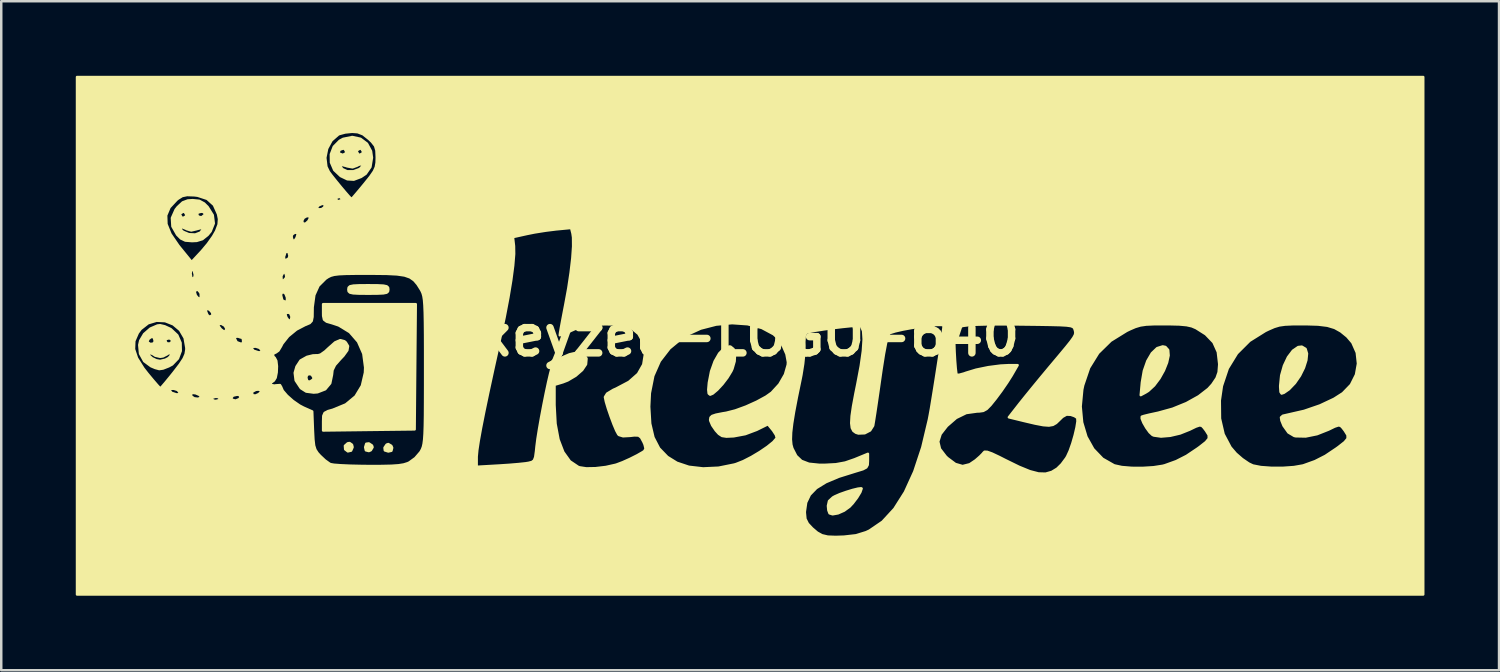
<source format=kicad_pcb>
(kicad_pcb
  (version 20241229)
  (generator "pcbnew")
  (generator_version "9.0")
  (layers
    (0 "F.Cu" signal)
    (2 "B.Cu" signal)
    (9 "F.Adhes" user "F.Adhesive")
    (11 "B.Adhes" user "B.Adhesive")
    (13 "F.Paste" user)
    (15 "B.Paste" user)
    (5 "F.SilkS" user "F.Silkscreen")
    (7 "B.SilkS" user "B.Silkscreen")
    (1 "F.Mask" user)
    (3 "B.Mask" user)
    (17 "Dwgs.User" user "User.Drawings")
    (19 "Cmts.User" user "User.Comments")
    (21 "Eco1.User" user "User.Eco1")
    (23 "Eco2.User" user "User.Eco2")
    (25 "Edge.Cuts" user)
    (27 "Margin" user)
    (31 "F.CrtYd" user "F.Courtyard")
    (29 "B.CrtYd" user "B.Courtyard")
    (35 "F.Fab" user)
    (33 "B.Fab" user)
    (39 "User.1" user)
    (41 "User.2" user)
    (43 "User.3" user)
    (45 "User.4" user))
  (footprint "keyzee-LOGO-640"
    (layer "F.Cu")
    (at 27.143 10.464)
    (property "Reference" "keyzee-LOGO-640" (at 0 0 0) (layer "F.SilkS") (effects (font (size 1.524 1.524) (thickness 0.3))))
    (attr through_hole)
    (fp_poly (pts (xy -16.002 4.487) (xy -16.062 4.624) (xy -16.191 4.653) (xy -16.298 4.572) (xy -16.309 4.43) (xy -16.199 4.331) (xy -16.124 4.318) (xy -16.025 4.388) (xy -16.002 4.487)) (stroke (width 0.1) (type solid)) (fill yes) (layer "F.SilkS"))
    (fp_poly (pts (xy -15.198 4.487) (xy -15.268 4.607) (xy -15.346 4.641) (xy -15.466 4.611) (xy -15.494 4.487) (xy -15.451 4.348) (xy -15.346 4.334) (xy -15.22 4.418) (xy -15.198 4.487)) (stroke (width 0.1) (type solid)) (fill yes) (layer "F.SilkS"))
    (fp_poly (pts (xy -14.409 4.508) (xy -14.439 4.629) (xy -14.563 4.657) (xy -14.702 4.614) (xy -14.716 4.508) (xy -14.632 4.383) (xy -14.563 4.36) (xy -14.443 4.431) (xy -14.409 4.508)) (stroke (width 0.1) (type solid)) (fill yes) (layer "F.SilkS"))
    (fp_poly (pts (xy 16.843 0.794) (xy 16.781 1.079) (xy 16.654 1.397) (xy 16.476 1.715) (xy 16.262 2) (xy 16.025 2.219) (xy 15.922 2.283) (xy 15.723 2.39) (xy 15.77 1.874) (xy 15.849 1.414) (xy 15.988 1.016) (xy 16.171 0.703) (xy 16.383 0.5) (xy 16.607 0.43) (xy 16.716 0.452) (xy 16.826 0.574) (xy 16.843 0.794)) (stroke (width 0.1) (type solid)) (fill yes) (layer "F.SilkS"))
    (fp_poly (pts (xy 22.414 0.72) (xy 22.388 0.983) (xy 22.291 1.289) (xy 22.134 1.606) (xy 21.929 1.904) (xy 21.688 2.155) (xy 21.484 2.296) (xy 21.392 2.326) (xy 21.349 2.262) (xy 21.336 2.07) (xy 21.336 2.008) (xy 21.377 1.597) (xy 21.488 1.204) (xy 21.65 0.862) (xy 21.847 0.602) (xy 22.06 0.456) (xy 22.205 0.439) (xy 22.357 0.529) (xy 22.414 0.72)) (stroke (width 0.1) (type solid)) (fill yes) (layer "F.SilkS"))
    (fp_poly (pts (xy -0.609 0.75) (xy -0.624 1.028) (xy -0.711 1.33) (xy -0.754 1.424) (xy -0.912 1.684) (xy -1.113 1.947) (xy -1.323 2.174) (xy -1.505 2.327) (xy -1.609 2.371) (xy -1.668 2.325) (xy -1.684 2.171) (xy -1.66 1.891) (xy -1.571 1.432) (xy -1.428 1.031) (xy -1.246 0.713) (xy -1.042 0.505) (xy -0.831 0.433) (xy -0.789 0.438) (xy -0.665 0.538) (xy -0.609 0.75)) (stroke (width 0.1) (type solid)) (fill yes) (layer "F.SilkS"))
    (fp_poly (pts (xy 4.487 6.15) (xy 4.436 6.297) (xy 4.307 6.511) (xy 4.137 6.735) (xy 4.005 6.878) (xy 3.783 7.039) (xy 3.536 7.148) (xy 3.319 7.186) (xy 3.196 7.147) (xy 3.149 7.023) (xy 3.133 6.846) (xy 3.176 6.652) (xy 3.333 6.508) (xy 3.408 6.466) (xy 3.61 6.377) (xy 3.865 6.287) (xy 4.125 6.207) (xy 4.343 6.154) (xy 4.471 6.14) (xy 4.487 6.15)) (stroke (width 0.1) (type solid)) (fill yes) (layer "F.SilkS"))
    (fp_poly (pts (xy -14.563 -1.863) (xy -14.575 -1.784) (xy -14.632 -1.734) (xy -14.766 -1.707) (xy -15.008 -1.696) (xy -15.367 -1.693) (xy -15.741 -1.696) (xy -15.977 -1.708) (xy -16.106 -1.736) (xy -16.161 -1.787) (xy -16.171 -1.863) (xy -16.159 -1.941) (xy -16.102 -1.991) (xy -15.968 -2.018) (xy -15.726 -2.03) (xy -15.367 -2.032) (xy -14.993 -2.029) (xy -14.757 -2.017) (xy -14.628 -1.989) (xy -14.573 -1.938) (xy -14.563 -1.863)) (stroke (width 0.1) (type solid)) (fill yes) (layer "F.SilkS"))
    (fp_poly (pts (xy -13.459 -1.27) (xy -13.482 1.249) (xy -13.504 3.768) (xy -15.346 3.79) (xy -17.187 3.813) (xy -17.187 3.448) (xy -17.18 3.227) (xy -17.128 3.106) (xy -16.989 3.033) (xy -16.794 2.978) (xy -16.276 2.765) (xy -15.884 2.441) (xy -15.625 2.013) (xy -15.503 1.488) (xy -15.494 1.28) (xy -15.568 0.722) (xy -15.78 0.24) (xy -16.115 -0.146) (xy -16.559 -0.416) (xy -16.817 -0.502) (xy -17.045 -0.568) (xy -17.153 -0.65) (xy -17.185 -0.799) (xy -17.187 -0.933) (xy -17.187 -1.27) (xy -15.323 -1.27) (xy -13.459 -1.27)) (stroke (width 0.1) (type solid)) (fill yes) (layer "F.SilkS"))
    (fp_poly (pts (xy -16.184 0.418) (xy -16.213 0.586) (xy -16.37 0.804) (xy -16.502 0.943) (xy -16.711 1.18) (xy -16.81 1.384) (xy -16.832 1.575) (xy -16.902 1.914) (xy -17.102 2.153) (xy -17.414 2.274) (xy -17.568 2.286) (xy -17.568 1.693) (xy -17.639 1.574) (xy -17.716 1.54) (xy -17.837 1.57) (xy -17.865 1.693) (xy -17.822 1.832) (xy -17.716 1.847) (xy -17.591 1.763) (xy -17.568 1.693) (xy -17.568 2.286) (xy -17.867 2.247) (xy -18.075 2.116) (xy -18.094 2.095) (xy -18.291 1.798) (xy -18.329 1.494) (xy -18.258 1.243) (xy -18.096 0.996) (xy -17.837 0.851) (xy -17.827 0.848) (xy -17.598 0.792) (xy -17.426 0.785) (xy -17.406 0.79) (xy -17.289 0.758) (xy -17.107 0.63) (xy -16.969 0.501) (xy -16.706 0.268) (xy -16.5 0.178) (xy -16.33 0.223) (xy -16.273 0.271) (xy -16.184 0.418)) (stroke (width 0.1) (type solid)) (fill yes) (layer "F.SilkS"))
    (fp_poly (pts (xy -15.223 -7.167) (xy -15.284 -6.792) (xy -15.473 -6.52) (xy -15.579 -6.449) (xy -15.579 -7.408) (xy -15.646 -7.521) (xy -15.706 -7.535) (xy -15.818 -7.468) (xy -15.833 -7.408) (xy -15.765 -7.296) (xy -15.706 -7.281) (xy -15.593 -7.349) (xy -15.579 -7.408) (xy -15.579 -6.449) (xy -15.59 -6.441) (xy -15.59 -6.844) (xy -15.616 -6.908) (xy -15.747 -6.885) (xy -15.823 -6.845) (xy -16.003 -6.779) (xy -16.219 -6.818) (xy -16.254 -6.831) (xy -16.256 -6.832) (xy -16.256 -7.408) (xy -16.321 -7.521) (xy -16.378 -7.535) (xy -16.517 -7.488) (xy -16.564 -7.388) (xy -16.536 -7.335) (xy -16.401 -7.28) (xy -16.284 -7.331) (xy -16.256 -7.408) (xy -16.256 -6.832) (xy -16.448 -6.882) (xy -16.506 -6.843) (xy -16.422 -6.719) (xy -16.408 -6.706) (xy -16.218 -6.618) (xy -15.963 -6.62) (xy -15.724 -6.708) (xy -15.701 -6.724) (xy -15.59 -6.844) (xy -15.59 -6.441) (xy -15.662 -6.393) (xy -15.954 -6.283) (xy -16.211 -6.299) (xy -16.48 -6.428) (xy -16.739 -6.671) (xy -16.87 -6.976) (xy -16.875 -7.302) (xy -16.758 -7.607) (xy -16.521 -7.848) (xy -16.379 -7.924) (xy -16.014 -7.999) (xy -15.684 -7.927) (xy -15.422 -7.731) (xy -15.26 -7.43) (xy -15.223 -7.167)) (stroke (width 0.1) (type solid)) (fill yes) (layer "F.SilkS"))
    (fp_poly (pts (xy -21.589 -4.522) (xy -21.715 -4.205) (xy -21.837 -4.057) (xy -21.948 -3.969) (xy -21.948 -4.895) (xy -21.99 -4.975) (xy -22.091 -4.995) (xy -22.243 -4.954) (xy -22.252 -4.851) (xy -22.209 -4.796) (xy -22.083 -4.764) (xy -21.967 -4.853) (xy -21.948 -4.895) (xy -21.948 -3.969) (xy -22.019 -3.912) (xy -22.019 -4.296) (xy -22.066 -4.342) (xy -22.249 -4.299) (xy -22.269 -4.291) (xy -22.496 -4.238) (xy -22.676 -4.29) (xy -22.691 -4.299) (xy -22.691 -4.868) (xy -22.758 -4.981) (xy -22.818 -4.995) (xy -22.93 -4.928) (xy -22.945 -4.868) (xy -22.877 -4.756) (xy -22.818 -4.741) (xy -22.705 -4.809) (xy -22.691 -4.868) (xy -22.691 -4.299) (xy -22.701 -4.305) (xy -22.866 -4.371) (xy -22.938 -4.338) (xy -22.885 -4.237) (xy -22.823 -4.184) (xy -22.591 -4.086) (xy -22.334 -4.074) (xy -22.132 -4.151) (xy -22.115 -4.166) (xy -22.019 -4.296) (xy -22.019 -3.912) (xy -22.047 -3.889) (xy -22.276 -3.819) (xy -22.465 -3.81) (xy -22.732 -3.831) (xy -22.914 -3.918) (xy -23.064 -4.07) (xy -23.252 -4.402) (xy -23.272 -4.74) (xy -23.124 -5.074) (xy -23.038 -5.183) (xy -22.838 -5.368) (xy -22.632 -5.445) (xy -22.437 -5.457) (xy -22.173 -5.431) (xy -21.978 -5.325) (xy -21.835 -5.183) (xy -21.63 -4.854) (xy -21.589 -4.522)) (stroke (width 0.1) (type solid)) (fill yes) (layer "F.SilkS"))
    (fp_poly (pts (xy -22.918 0.61) (xy -23.031 0.914) (xy -23.258 1.149) (xy -23.258 0.213) (xy -23.312 0.129) (xy -23.389 0.101) (xy -23.515 0.134) (xy -23.537 0.212) (xy -23.479 0.307) (xy -23.359 0.316) (xy -23.266 0.239) (xy -23.258 0.213) (xy -23.258 1.149) (xy -23.263 1.155) (xy -23.304 1.177) (xy -23.304 0.782) (xy -23.306 0.711) (xy -23.411 0.704) (xy -23.471 0.746) (xy -23.635 0.83) (xy -23.749 0.847) (xy -23.943 0.802) (xy -23.961 0.79) (xy -23.961 0.226) (xy -23.998 0.082) (xy -24.016 0.057) (xy -24.114 0.051) (xy -24.219 0.133) (xy -24.26 0.239) (xy -24.251 0.264) (xy -24.14 0.334) (xy -24.014 0.314) (xy -23.961 0.226) (xy -23.961 0.79) (xy -24.027 0.746) (xy -24.145 0.692) (xy -24.192 0.711) (xy -24.189 0.8) (xy -24.076 0.904) (xy -23.905 0.987) (xy -23.749 1.016) (xy -23.536 0.966) (xy -23.405 0.896) (xy -23.304 0.782) (xy -23.304 1.177) (xy -23.405 1.231) (xy -23.63 1.319) (xy -23.782 1.341) (xy -23.946 1.297) (xy -24.112 1.227) (xy -24.39 1.022) (xy -24.555 0.721) (xy -24.587 0.372) (xy -24.549 0.198) (xy -24.391 -0.069) (xy -24.14 -0.288) (xy -23.856 -0.411) (xy -23.749 -0.423) (xy -23.564 -0.38) (xy -23.338 -0.275) (xy -23.313 -0.26) (xy -23.057 -0.019) (xy -22.926 0.285) (xy -22.918 0.61)) (stroke (width 0.1) (type solid)) (fill yes) (layer "F.SilkS"))
    (fp_poly (pts (xy 27.093 10.414) (xy 24.467 10.414) (xy 24.467 1.121) (xy 24.419 0.678) (xy 24.24 0.274) (xy 24.032 0.031) (xy 23.779 -0.175) (xy 23.527 -0.316) (xy 23.235 -0.404) (xy 22.862 -0.45) (xy 22.368 -0.465) (xy 22.267 -0.465) (xy 21.838 -0.463) (xy 21.531 -0.449) (xy 21.298 -0.416) (xy 21.093 -0.354) (xy 20.868 -0.256) (xy 20.737 -0.193) (xy 20.102 0.204) (xy 19.596 0.709) (xy 19.224 1.316) (xy 18.988 2.021) (xy 18.903 2.604) (xy 18.911 3.334) (xy 19.056 3.962) (xy 19.336 4.491) (xy 19.551 4.742) (xy 19.806 4.964) (xy 20.068 5.143) (xy 20.235 5.223) (xy 20.557 5.286) (xy 20.982 5.317) (xy 21.446 5.317) (xy 21.887 5.286) (xy 22.241 5.224) (xy 22.28 5.213) (xy 22.738 5.048) (xy 23.156 4.835) (xy 23.603 4.535) (xy 23.687 4.474) (xy 23.932 4.281) (xy 24.049 4.139) (xy 24.047 4) (xy 23.935 3.819) (xy 23.846 3.702) (xy 23.769 3.624) (xy 23.679 3.607) (xy 23.528 3.657) (xy 23.279 3.778) (xy 22.817 3.961) (xy 22.36 4.054) (xy 21.964 4.046) (xy 21.902 4.033) (xy 21.665 3.893) (xy 21.47 3.619) (xy 21.386 3.412) (xy 21.368 3.288) (xy 21.443 3.22) (xy 21.649 3.173) (xy 22.301 3.024) (xy 22.937 2.805) (xy 23.503 2.539) (xy 23.856 2.313) (xy 24.183 1.975) (xy 24.388 1.566) (xy 24.467 1.121) (xy 24.467 10.414) (xy 18.881 10.414) (xy 18.881 1.132) (xy 18.826 0.654) (xy 18.651 0.265) (xy 18.339 -0.06) (xy 17.949 -0.307) (xy 17.778 -0.38) (xy 17.568 -0.427) (xy 17.279 -0.454) (xy 16.874 -0.464) (xy 16.679 -0.465) (xy 16.25 -0.463) (xy 15.942 -0.449) (xy 15.71 -0.415) (xy 15.505 -0.354) (xy 15.281 -0.257) (xy 15.155 -0.196) (xy 14.515 0.2) (xy 14.012 0.693) (xy 13.643 1.289) (xy 13.404 1.993) (xy 13.367 2.168) (xy 13.303 2.848) (xy 13.362 3.488) (xy 13.535 4.067) (xy 13.812 4.562) (xy 14.185 4.951) (xy 14.643 5.212) (xy 14.668 5.221) (xy 14.959 5.285) (xy 15.357 5.318) (xy 15.803 5.32) (xy 16.238 5.293) (xy 16.603 5.236) (xy 16.692 5.213) (xy 17.15 5.048) (xy 17.568 4.835) (xy 18.015 4.535) (xy 18.099 4.474) (xy 18.344 4.281) (xy 18.461 4.139) (xy 18.459 4) (xy 18.347 3.819) (xy 18.258 3.702) (xy 18.182 3.624) (xy 18.091 3.607) (xy 17.941 3.657) (xy 17.687 3.78) (xy 17.685 3.781) (xy 17.307 3.932) (xy 16.908 4.026) (xy 16.54 4.057) (xy 16.254 4.017) (xy 16.195 3.992) (xy 16.078 3.884) (xy 15.946 3.702) (xy 15.83 3.5) (xy 15.762 3.332) (xy 15.764 3.258) (xy 15.855 3.228) (xy 16.07 3.175) (xy 16.366 3.111) (xy 16.427 3.098) (xy 17.007 2.938) (xy 17.564 2.711) (xy 18.056 2.437) (xy 18.443 2.137) (xy 18.602 1.962) (xy 18.776 1.703) (xy 18.858 1.469) (xy 18.881 1.168) (xy 18.881 1.132) (xy 18.881 10.414) (xy 13.177 10.414) (xy 13.177 3.446) (xy 13.17 3.309) (xy 13.169 3.307) (xy 13.061 3.235) (xy 12.907 3.181) (xy 12.734 3.173) (xy 12.571 3.265) (xy 12.442 3.391) (xy 12.316 3.512) (xy 12.188 3.586) (xy 12.026 3.615) (xy 11.798 3.598) (xy 11.473 3.536) (xy 11.021 3.43) (xy 10.943 3.411) (xy 10.415 3.282) (xy 10.854 2.72) (xy 11.077 2.442) (xy 11.373 2.078) (xy 11.707 1.672) (xy 12.043 1.268) (xy 12.103 1.197) (xy 12.459 0.773) (xy 12.721 0.458) (xy 12.901 0.233) (xy 13.013 0.077) (xy 13.072 -0.031) (xy 13.09 -0.11) (xy 13.082 -0.181) (xy 13.068 -0.234) (xy 13.044 -0.304) (xy 12.997 -0.354) (xy 12.903 -0.389) (xy 12.736 -0.412) (xy 12.473 -0.427) (xy 12.087 -0.437) (xy 11.611 -0.445) (xy 10.771 -0.455) (xy 10.086 -0.459) (xy 9.539 -0.456) (xy 9.115 -0.445) (xy 8.8 -0.426) (xy 8.577 -0.398) (xy 8.432 -0.362) (xy 8.389 -0.342) (xy 8.301 -0.287) (xy 8.246 -0.213) (xy 8.218 -0.087) (xy 8.212 0.127) (xy 8.223 0.462) (xy 8.23 0.644) (xy 8.251 1.013) (xy 8.275 1.315) (xy 8.299 1.513) (xy 8.315 1.57) (xy 8.415 1.571) (xy 8.61 1.518) (xy 8.689 1.489) (xy 9.094 1.366) (xy 9.585 1.265) (xy 10.08 1.201) (xy 10.394 1.185) (xy 10.767 1.185) (xy 10.527 1.6) (xy 10.348 1.883) (xy 10.114 2.223) (xy 9.885 2.531) (xy 9.673 2.794) (xy 9.52 2.949) (xy 9.384 3.024) (xy 9.224 3.047) (xy 9.141 3.048) (xy 8.697 3.11) (xy 8.294 3.307) (xy 7.921 3.631) (xy 7.789 3.8) (xy 7.789 -0.406) (xy 7.713 -0.435) (xy 7.507 -0.434) (xy 7.21 -0.41) (xy 6.858 -0.366) (xy 6.488 -0.31) (xy 6.137 -0.245) (xy 5.842 -0.177) (xy 5.64 -0.113) (xy 5.598 -0.091) (xy 5.54 0.023) (xy 5.469 0.301) (xy 5.385 0.744) (xy 5.289 1.353) (xy 5.238 1.705) (xy 5.162 2.238) (xy 5.091 2.723) (xy 5.03 3.132) (xy 4.982 3.436) (xy 4.953 3.607) (xy 4.95 3.622) (xy 4.83 3.811) (xy 4.612 3.924) (xy 4.359 3.934) (xy 4.257 3.902) (xy 4.156 3.829) (xy 4.093 3.707) (xy 4.07 3.515) (xy 4.086 3.232) (xy 4.143 2.839) (xy 4.241 2.314) (xy 4.317 1.94) (xy 4.454 1.213) (xy 4.539 0.611) (xy 4.57 0.14) (xy 4.548 -0.19) (xy 4.473 -0.371) (xy 4.433 -0.397) (xy 4.307 -0.403) (xy 4.056 -0.387) (xy 3.721 -0.353) (xy 3.344 -0.308) (xy 2.966 -0.256) (xy 2.629 -0.203) (xy 2.374 -0.154) (xy 2.264 -0.123) (xy 2.199 -0.013) (xy 2.18 0.252) (xy 2.185 0.403) (xy 2.177 0.716) (xy 2.135 1.128) (xy 2.064 1.573) (xy 2.032 1.736) (xy 1.88 2.473) (xy 1.767 3.065) (xy 1.691 3.533) (xy 1.649 3.895) (xy 1.639 4.172) (xy 1.658 4.383) (xy 1.699 4.532) (xy 1.855 4.837) (xy 2.066 5.038) (xy 2.365 5.153) (xy 2.783 5.196) (xy 2.992 5.197) (xy 3.452 5.173) (xy 3.828 5.104) (xy 4.204 4.974) (xy 4.212 4.971) (xy 4.741 4.753) (xy 4.741 5.038) (xy 4.732 5.198) (xy 4.677 5.299) (xy 4.538 5.373) (xy 4.276 5.453) (xy 4.255 5.459) (xy 3.574 5.672) (xy 3.049 5.893) (xy 2.663 6.131) (xy 2.403 6.4) (xy 2.254 6.711) (xy 2.202 7.075) (xy 2.201 7.119) (xy 2.225 7.371) (xy 2.322 7.565) (xy 2.497 7.752) (xy 2.7 7.925) (xy 2.894 8.032) (xy 3.125 8.086) (xy 3.441 8.098) (xy 3.777 8.087) (xy 4.264 8.032) (xy 4.667 7.907) (xy 4.802 7.844) (xy 5.328 7.485) (xy 5.806 6.966) (xy 6.233 6.292) (xy 6.609 5.466) (xy 6.931 4.492) (xy 7.197 3.374) (xy 7.235 3.175) (xy 7.278 2.937) (xy 7.335 2.589) (xy 7.404 2.164) (xy 7.479 1.691) (xy 7.555 1.202) (xy 7.628 0.728) (xy 7.692 0.299) (xy 7.744 -0.054) (xy 7.778 -0.3) (xy 7.789 -0.406) (xy 7.789 3.8) (xy 7.665 3.96) (xy 7.571 4.261) (xy 7.64 4.553) (xy 7.872 4.857) (xy 7.938 4.921) (xy 8.26 5.162) (xy 8.551 5.246) (xy 8.84 5.174) (xy 9.074 5.016) (xy 9.254 4.859) (xy 9.368 4.743) (xy 9.384 4.72) (xy 9.436 4.669) (xy 9.543 4.673) (xy 9.73 4.74) (xy 10.023 4.878) (xy 10.271 5.004) (xy 10.822 5.274) (xy 11.259 5.453) (xy 11.608 5.544) (xy 11.893 5.552) (xy 12.141 5.482) (xy 12.359 5.349) (xy 12.538 5.173) (xy 12.719 4.93) (xy 12.761 4.86) (xy 12.864 4.635) (xy 12.97 4.334) (xy 13.065 4.005) (xy 13.138 3.693) (xy 13.177 3.446) (xy 13.177 10.414) (xy 1.522 10.414) (xy 1.522 1.064) (xy 1.463 0.74) (xy 1.308 0.387) (xy 1.093 0.077) (xy 0.946 -0.06) (xy 0.47 -0.315) (xy -0.1 -0.464) (xy -0.725 -0.508) (xy -1.369 -0.449) (xy -1.993 -0.288) (xy -2.561 -0.027) (xy -2.706 0.066) (xy -3.242 0.509) (xy -3.637 1.02) (xy -3.899 1.614) (xy -4.037 2.309) (xy -4.064 2.854) (xy -4.023 3.538) (xy -3.893 4.091) (xy -3.665 4.531) (xy -3.331 4.877) (xy -2.949 5.114) (xy -2.468 5.275) (xy -1.893 5.341) (xy -1.268 5.312) (xy -0.641 5.185) (xy -0.56 5.161) (xy -0.274 5.048) (xy 0.057 4.878) (xy 0.393 4.677) (xy 0.697 4.47) (xy 0.933 4.279) (xy 1.061 4.131) (xy 1.071 4.106) (xy 1.038 3.99) (xy 0.925 3.816) (xy 0.906 3.792) (xy 0.718 3.562) (xy 0.263 3.787) (xy -0.195 3.959) (xy -0.665 4.047) (xy -0.674 4.047) (xy -0.954 4.06) (xy -1.128 4.034) (xy -1.258 3.949) (xy -1.382 3.813) (xy -1.526 3.604) (xy -1.604 3.419) (xy -1.609 3.382) (xy -1.594 3.291) (xy -1.528 3.228) (xy -1.375 3.177) (xy -1.102 3.123) (xy -0.96 3.1) (xy -0.594 3.007) (xy -0.165 2.85) (xy 0.267 2.655) (xy 0.643 2.45) (xy 0.867 2.291) (xy 1.177 1.953) (xy 1.403 1.56) (xy 1.515 1.169) (xy 1.522 1.064) (xy 1.522 10.414) (xy 0 10.414) (xy -4.208 10.414) (xy -4.208 4.543) (xy -4.249 4.375) (xy -4.296 4.268) (xy -4.391 4.093) (xy -4.491 4.016) (xy -4.659 4.01) (xy -4.825 4.029) (xy -5.114 4.045) (xy -5.278 3.995) (xy -5.307 3.967) (xy -5.387 3.82) (xy -5.495 3.564) (xy -5.613 3.249) (xy -5.723 2.929) (xy -5.805 2.654) (xy -5.842 2.477) (xy -5.842 2.466) (xy -5.758 2.329) (xy -5.505 2.177) (xy -5.397 2.13) (xy -4.876 1.855) (xy -4.512 1.534) (xy -4.3 1.159) (xy -4.233 0.735) (xy -4.298 0.279) (xy -4.496 -0.075) (xy -4.774 -0.306) (xy -4.943 -0.386) (xy -5.155 -0.434) (xy -5.454 -0.457) (xy -5.842 -0.461) (xy -6.258 -0.451) (xy -6.564 -0.42) (xy -6.819 -0.359) (xy -7.084 -0.255) (xy -7.146 -0.227) (xy -7.403 -0.113) (xy -7.589 -0.039) (xy -7.662 -0.02) (xy -7.652 -0.106) (xy -7.615 -0.329) (xy -7.554 -0.656) (xy -7.477 -1.06) (xy -7.444 -1.228) (xy -7.319 -1.908) (xy -7.223 -2.548) (xy -7.156 -3.12) (xy -7.123 -3.599) (xy -7.126 -3.956) (xy -7.148 -4.112) (xy -7.205 -4.339) (xy -7.815 -4.281) (xy -8.231 -4.229) (xy -8.682 -4.157) (xy -8.985 -4.096) (xy -9.546 -3.971) (xy -9.505 -3.611) (xy -9.5 -3.29) (xy -9.538 -2.824) (xy -9.616 -2.232) (xy -9.732 -1.533) (xy -9.882 -0.746) (xy -10.063 0.112) (xy -10.086 0.212) (xy -10.332 1.321) (xy -10.538 2.272) (xy -10.705 3.07) (xy -10.834 3.722) (xy -10.926 4.233) (xy -10.983 4.609) (xy -11.006 4.856) (xy -11.007 4.887) (xy -11.007 5.275) (xy -10.097 5.223) (xy -9.691 5.196) (xy -9.322 5.165) (xy -9.04 5.135) (xy -8.921 5.116) (xy -8.783 5.081) (xy -8.7 5.017) (xy -8.65 4.886) (xy -8.617 4.647) (xy -8.598 4.458) (xy -8.559 4.153) (xy -8.495 3.75) (xy -8.413 3.283) (xy -8.32 2.79) (xy -8.223 2.306) (xy -8.129 1.865) (xy -8.045 1.506) (xy -7.979 1.262) (xy -7.957 1.202) (xy -7.816 1.038) (xy -7.568 0.876) (xy -7.27 0.748) (xy -6.983 0.682) (xy -6.924 0.679) (xy -6.7 0.744) (xy -6.585 0.916) (xy -6.606 1.15) (xy -6.76 1.38) (xy -7.024 1.61) (xy -7.343 1.798) (xy -7.539 1.874) (xy -7.874 1.974) (xy -7.874 2.79) (xy -7.833 3.542) (xy -7.714 4.176) (xy -7.52 4.683) (xy -7.255 5.053) (xy -6.922 5.277) (xy -6.868 5.297) (xy -6.596 5.339) (xy -6.223 5.332) (xy -5.81 5.283) (xy -5.416 5.195) (xy -5.374 5.182) (xy -5.133 5.091) (xy -4.834 4.957) (xy -4.542 4.81) (xy -4.318 4.681) (xy -4.259 4.64) (xy -4.208 4.543) (xy -4.208 10.414) (xy -13.081 10.414) (xy -13.081 1.397) (xy -13.081 0.607) (xy -13.083 -0.031) (xy -13.088 -0.537) (xy -13.096 -0.927) (xy -13.108 -1.222) (xy -13.125 -1.438) (xy -13.149 -1.593) (xy -13.18 -1.707) (xy -13.219 -1.797) (xy -13.25 -1.854) (xy -13.388 -2.073) (xy -13.527 -2.235) (xy -13.692 -2.35) (xy -13.911 -2.426) (xy -14.211 -2.47) (xy -14.618 -2.491) (xy -15.028 -2.496) (xy -15.028 -7.175) (xy -15.04 -7.456) (xy -15.094 -7.642) (xy -15.224 -7.808) (xy -15.345 -7.923) (xy -15.58 -8.11) (xy -15.796 -8.194) (xy -16.022 -8.21) (xy -16.3 -8.182) (xy -16.537 -8.118) (xy -16.579 -8.098) (xy -16.848 -7.862) (xy -17.026 -7.534) (xy -17.1 -7.164) (xy -17.057 -6.805) (xy -16.96 -6.602) (xy -16.846 -6.448) (xy -16.676 -6.234) (xy -16.481 -5.996) (xy -16.291 -5.771) (xy -16.138 -5.596) (xy -16.051 -5.508) (xy -16.044 -5.503) (xy -15.984 -5.564) (xy -15.843 -5.728) (xy -15.644 -5.965) (xy -15.525 -6.11) (xy -15.289 -6.404) (xy -15.143 -6.615) (xy -15.065 -6.788) (xy -15.034 -6.967) (xy -15.028 -7.175) (xy -15.028 -2.496) (xy -15.16 -2.497) (xy -15.352 -2.498) (xy -15.883 -2.497) (xy -16.273 -2.491) (xy -16.425 -2.484) (xy -16.425 -5.503) (xy -16.494 -5.578) (xy -16.552 -5.588) (xy -16.665 -5.542) (xy -16.679 -5.503) (xy -16.611 -5.428) (xy -16.552 -5.419) (xy -16.44 -5.464) (xy -16.425 -5.503) (xy -16.425 -2.484) (xy -16.55 -2.478) (xy -16.744 -2.454) (xy -16.882 -2.416) (xy -16.994 -2.36) (xy -17.091 -2.295) (xy -17.114 -2.271) (xy -17.114 -5.28) (xy -17.124 -5.299) (xy -17.23 -5.308) (xy -17.367 -5.248) (xy -17.441 -5.161) (xy -17.441 -5.156) (xy -17.38 -5.088) (xy -17.252 -5.093) (xy -17.144 -5.166) (xy -17.142 -5.17) (xy -17.114 -5.28) (xy -17.114 -2.271) (xy -17.373 -2.013) (xy -17.542 -1.639) (xy -17.609 -1.15) (xy -17.611 -1.036) (xy -17.615 -0.758) (xy -17.646 -0.599) (xy -17.712 -0.527) (xy -17.712 -4.744) (xy -17.722 -4.796) (xy -17.841 -4.819) (xy -17.971 -4.745) (xy -18.034 -4.619) (xy -18.034 -4.617) (xy -17.99 -4.501) (xy -17.878 -4.522) (xy -17.778 -4.616) (xy -17.712 -4.744) (xy -17.712 -0.527) (xy -17.727 -0.511) (xy -17.883 -0.443) (xy -17.913 -0.433) (xy -18.209 -0.278) (xy -18.209 -4.094) (xy -18.253 -4.144) (xy -18.33 -4.149) (xy -18.434 -4.078) (xy -18.457 -3.979) (xy -18.416 -3.833) (xy -18.327 -3.833) (xy -18.255 -3.944) (xy -18.209 -4.094) (xy -18.209 -0.278) (xy -18.266 -0.248) (xy -18.457 -0.091) (xy -18.457 -0.762) (xy -18.51 -0.9) (xy -18.542 -0.913) (xy -18.542 -3.217) (xy -18.577 -3.355) (xy -18.627 -3.387) (xy -18.709 -3.359) (xy -18.711 -3.351) (xy -18.738 -3.252) (xy -18.763 -3.182) (xy -18.755 -3.069) (xy -18.678 -3.048) (xy -18.565 -3.119) (xy -18.542 -3.217) (xy -18.542 -0.913) (xy -18.584 -0.931) (xy -18.642 -0.923) (xy -18.642 -1.425) (xy -18.642 -1.539) (xy -18.669 -1.608) (xy -18.669 -2.399) (xy -18.709 -2.538) (xy -18.791 -2.544) (xy -18.86 -2.42) (xy -18.867 -2.382) (xy -18.857 -2.234) (xy -18.782 -2.22) (xy -18.683 -2.326) (xy -18.669 -2.399) (xy -18.669 -1.608) (xy -18.702 -1.694) (xy -18.794 -1.759) (xy -18.866 -1.714) (xy -18.881 -1.63) (xy -18.831 -1.426) (xy -18.691 -1.355) (xy -18.642 -1.425) (xy -18.642 -0.923) (xy -18.691 -0.915) (xy -18.697 -0.832) (xy -18.66 -0.727) (xy -18.569 -0.604) (xy -18.485 -0.634) (xy -18.457 -0.762) (xy -18.457 -0.091) (xy -18.591 0.019) (xy -18.828 0.318) (xy -18.881 0.423) (xy -18.986 0.598) (xy -19.097 0.677) (xy -19.103 0.677) (xy -19.208 0.73) (xy -19.192 0.837) (xy -19.135 0.889) (xy -19.072 1.01) (xy -19.047 1.226) (xy -19.057 1.474) (xy -19.099 1.688) (xy -19.17 1.805) (xy -19.177 1.809) (xy -19.3 1.899) (xy -19.282 1.982) (xy -19.147 2.007) (xy -19.092 1.997) (xy -18.924 1.986) (xy -18.881 2.057) (xy -18.814 2.211) (xy -18.641 2.413) (xy -18.403 2.624) (xy -18.138 2.808) (xy -17.979 2.892) (xy -17.627 3.048) (xy -17.598 3.805) (xy -17.579 4.173) (xy -17.551 4.419) (xy -17.499 4.586) (xy -17.411 4.722) (xy -17.314 4.829) (xy -17.116 5.015) (xy -16.932 5.147) (xy -16.891 5.168) (xy -16.751 5.193) (xy -16.475 5.214) (xy -16.096 5.231) (xy -15.647 5.241) (xy -15.367 5.244) (xy -14.831 5.243) (xy -14.435 5.234) (xy -14.149 5.214) (xy -13.943 5.181) (xy -13.787 5.132) (xy -13.719 5.101) (xy -13.476 4.924) (xy -13.272 4.687) (xy -13.253 4.657) (xy -13.207 4.571) (xy -13.17 4.475) (xy -13.142 4.351) (xy -13.12 4.18) (xy -13.104 3.945) (xy -13.093 3.627) (xy -13.086 3.208) (xy -13.083 2.67) (xy -13.081 1.994) (xy -13.081 1.397) (xy -13.081 10.414) (xy -19.66 10.414) (xy -19.66 0.618) (xy -19.663 0.572) (xy -19.75 0.486) (xy -19.896 0.438) (xy -20.025 0.444) (xy -20.066 0.495) (xy -19.99 0.602) (xy -19.797 0.665) (xy -19.741 0.671) (xy -19.66 0.618) (xy -19.66 10.414) (xy -19.683 10.414) (xy -19.683 2.205) (xy -19.79 2.165) (xy -19.897 2.177) (xy -20.049 2.256) (xy -20.037 2.368) (xy -20.013 2.396) (xy -19.91 2.408) (xy -19.776 2.348) (xy -19.684 2.258) (xy -19.683 2.205) (xy -19.683 10.414) (xy -20.405 10.414) (xy -20.405 0.212) (xy -20.424 0.099) (xy -20.44 0.085) (xy -20.54 0.058) (xy -20.609 0.033) (xy -20.723 0.041) (xy -20.743 0.111) (xy -20.668 0.259) (xy -20.468 0.332) (xy -20.412 0.27) (xy -20.405 0.212) (xy -20.405 10.414) (xy -20.51 10.414) (xy -20.51 2.477) (xy -20.549 2.391) (xy -20.647 2.371) (xy -20.816 2.41) (xy -20.884 2.501) (xy -20.851 2.573) (xy -20.714 2.612) (xy -20.566 2.552) (xy -20.51 2.477) (xy -20.51 10.414) (xy -21.082 10.414) (xy -21.082 -0.287) (xy -21.144 -0.401) (xy -21.275 -0.48) (xy -21.377 -0.477) (xy -21.377 -4.697) (xy -21.416 -4.894) (xy -21.582 -5.266) (xy -21.852 -5.51) (xy -22.238 -5.637) (xy -22.376 -5.654) (xy -22.663 -5.664) (xy -22.858 -5.624) (xy -23.033 -5.515) (xy -23.086 -5.472) (xy -23.37 -5.167) (xy -23.506 -4.845) (xy -23.494 -4.491) (xy -23.332 -4.093) (xy -23.019 -3.635) (xy -22.963 -3.564) (xy -22.479 -2.97) (xy -22.069 -3.411) (xy -21.831 -3.695) (xy -21.619 -3.993) (xy -21.494 -4.211) (xy -21.393 -4.478) (xy -21.377 -4.697) (xy -21.377 -0.477) (xy -21.394 -0.477) (xy -21.403 -0.47) (xy -21.392 -0.382) (xy -21.303 -0.262) (xy -21.192 -0.178) (xy -21.156 -0.169) (xy -21.089 -0.237) (xy -21.082 -0.287) (xy -21.082 10.414) (xy -21.336 10.414) (xy -21.336 2.54) (xy -21.407 2.471) (xy -21.505 2.455) (xy -21.638 2.49) (xy -21.638 -0.837) (xy -21.654 -0.934) (xy -21.748 -1.041) (xy -21.854 -1.095) (xy -21.89 -1.083) (xy -21.901 -0.975) (xy -21.844 -0.836) (xy -21.76 -0.762) (xy -21.755 -0.762) (xy -21.649 -0.823) (xy -21.638 -0.837) (xy -21.638 2.49) (xy -21.643 2.491) (xy -21.675 2.54) (xy -21.604 2.609) (xy -21.505 2.625) (xy -21.368 2.589) (xy -21.336 2.54) (xy -21.336 10.414) (xy -22.098 10.414) (xy -22.098 2.461) (xy -22.112 2.444) (xy -22.112 -1.524) (xy -22.113 -1.679) (xy -22.13 -1.738) (xy -22.219 -1.847) (xy -22.316 -1.844) (xy -22.352 -1.753) (xy -22.352 -2.45) (xy -22.391 -2.612) (xy -22.437 -2.667) (xy -22.499 -2.637) (xy -22.521 -2.503) (xy -22.493 -2.341) (xy -22.437 -2.286) (xy -22.367 -2.357) (xy -22.352 -2.45) (xy -22.352 -1.753) (xy -22.312 -1.62) (xy -22.224 -1.517) (xy -22.139 -1.491) (xy -22.112 -1.524) (xy -22.112 2.444) (xy -22.168 2.379) (xy -22.317 2.314) (xy -22.458 2.299) (xy -22.494 2.315) (xy -22.499 2.415) (xy -22.482 2.45) (xy -22.374 2.52) (xy -22.224 2.537) (xy -22.113 2.498) (xy -22.098 2.461) (xy -22.098 10.414) (xy -22.691 10.414) (xy -22.691 0.491) (xy -22.76 0.089) (xy -22.947 -0.231) (xy -23.219 -0.46) (xy -23.545 -0.589) (xy -23.893 -0.606) (xy -24.232 -0.504) (xy -24.53 -0.271) (xy -24.648 -0.111) (xy -24.788 0.211) (xy -24.8 0.541) (xy -24.68 0.901) (xy -24.422 1.313) (xy -24.258 1.523) (xy -24.041 1.784) (xy -23.866 1.987) (xy -23.76 2.102) (xy -23.74 2.117) (xy -23.678 2.055) (xy -23.535 1.888) (xy -23.336 1.646) (xy -23.2 1.476) (xy -22.955 1.157) (xy -22.802 0.925) (xy -22.721 0.74) (xy -22.692 0.562) (xy -22.691 0.491) (xy -22.691 10.414) (xy -22.962 10.414) (xy -22.962 2.311) (xy -22.965 2.265) (xy -23.052 2.179) (xy -23.198 2.132) (xy -23.327 2.137) (xy -23.368 2.188) (xy -23.292 2.295) (xy -23.099 2.359) (xy -23.043 2.364) (xy -22.962 2.311) (xy -22.962 10.414) (xy -27.093 10.414) (xy -27.093 0) (xy -27.093 -10.414) (xy 0 -10.414) (xy 27.093 -10.414) (xy 27.093 0) (xy 27.093 10.414)) (stroke (width 0.1) (type solid)) (fill yes) (layer "F.SilkS")))
  (gr_rect
    (start -3 -3)
    (end 57.287 23.928)
    (stroke (width 0.1) (type default))
    (fill no)
    (layer "Edge.Cuts")))
</source>
